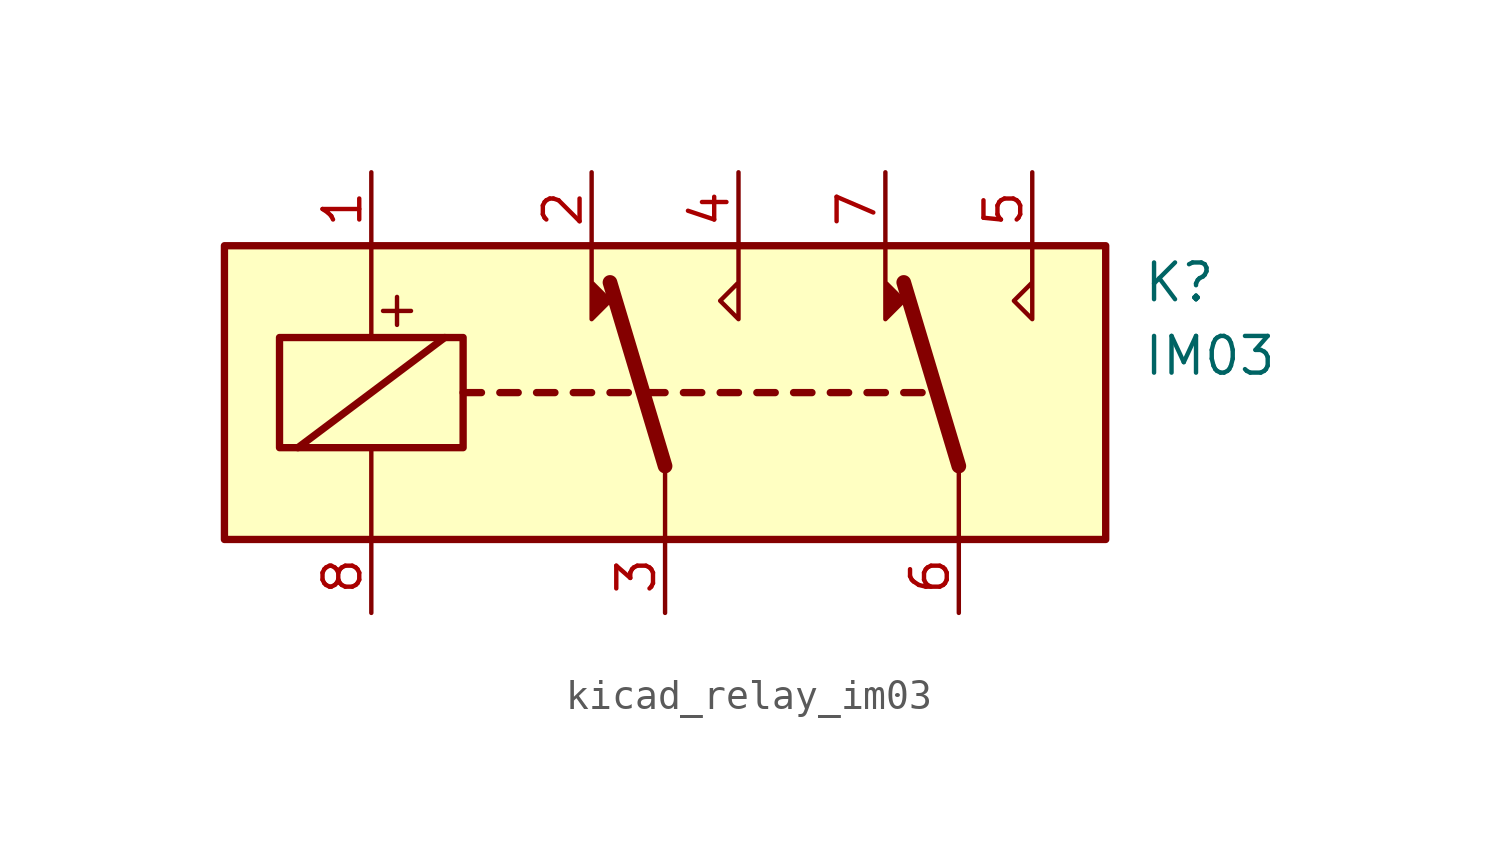
<source format=kicad_sym>
(kicad_symbol_lib
  (version 20220914)
  (generator kicad_symbol_editor)
  (symbol "kicad_relay_im03"
    (property "Reference" "K"
      (at 16.51 3.81 0)
      (effects (font (size 1.27 1.27)) (justify left)))
    (property "Value" "IM03"
      (at 16.51 1.27 0)
      (effects (font (size 1.27 1.27)) (justify left)))
    (symbol "kicad_relay_im03_0_0"
      (text "+" (at -9.271 2.921 0) (effects (font (size 1.27 1.27)))))
    (symbol "kicad_relay_im03_0_1"
      (rectangle (start -15.24 5.08) (end 15.24 -5.08) (stroke (width 0.254) (type default)) (fill (type background)))
      (rectangle (start -13.335 1.905) (end -6.985 -1.905) (stroke (width 0.254) (type default)) (fill (type none)))
      (polyline (pts (xy -12.7 -1.905) (xy -7.62 1.905)) (stroke (width 0.254) (type default)) (fill (type none)))
      (polyline (pts (xy -10.16 -5.08) (xy -10.16 -1.905)) (stroke (width 0) (type default)) (fill (type none)))
      (polyline (pts (xy -10.16 5.08) (xy -10.16 1.905)) (stroke (width 0) (type default)) (fill (type none)))
      (polyline (pts (xy -6.985 0) (xy -6.35 0)) (stroke (width 0.254) (type default)) (fill (type none)))
      (polyline (pts (xy -5.715 0) (xy -5.08 0)) (stroke (width 0.254) (type default)) (fill (type none)))
      (polyline (pts (xy -4.445 0) (xy -3.81 0)) (stroke (width 0.254) (type default)) (fill (type none)))
      (polyline (pts (xy -3.175 0) (xy -2.54 0)) (stroke (width 0.254) (type default)) (fill (type none)))
      (polyline (pts (xy -1.905 0) (xy -1.27 0)) (stroke (width 0.254) (type default)) (fill (type none)))
      (polyline (pts (xy -0.635 0) (xy 0 0)) (stroke (width 0.254) (type default)) (fill (type none)))
      (polyline (pts (xy 0 -2.54) (xy -1.905 3.81)) (stroke (width 0.508) (type default)) (fill (type none)))
      (polyline (pts (xy 0 -2.54) (xy 0 -5.08)) (stroke (width 0) (type default)) (fill (type none)))
      (polyline (pts (xy 0.635 0) (xy 1.27 0)) (stroke (width 0.254) (type default)) (fill (type none)))
      (polyline (pts (xy 1.905 0) (xy 2.54 0)) (stroke (width 0.254) (type default)) (fill (type none)))
      (polyline (pts (xy 3.175 0) (xy 3.81 0)) (stroke (width 0.254) (type default)) (fill (type none)))
      (polyline (pts (xy 4.445 0) (xy 5.08 0)) (stroke (width 0.254) (type default)) (fill (type none)))
      (polyline (pts (xy 5.715 0) (xy 6.35 0)) (stroke (width 0.254) (type default)) (fill (type none)))
      (polyline (pts (xy 6.985 0) (xy 7.62 0)) (stroke (width 0.254) (type default)) (fill (type none)))
      (polyline (pts (xy 8.255 0) (xy 8.89 0)) (stroke (width 0.254) (type default)) (fill (type none)))
      (polyline (pts (xy 10.16 -2.54) (xy 8.255 3.81)) (stroke (width 0.508) (type default)) (fill (type none)))
      (polyline (pts (xy 10.16 -2.54) (xy 10.16 -5.08)) (stroke (width 0) (type default)) (fill (type none)))
      (polyline (pts (xy -2.54 5.08) (xy -2.54 2.54) (xy -1.905 3.175) (xy -2.54 3.81)) (stroke (width 0) (type default)) (fill (type outline)))
      (polyline (pts (xy 2.54 5.08) (xy 2.54 2.54) (xy 1.905 3.175) (xy 2.54 3.81)) (stroke (width 0) (type default)) (fill (type none)))
      (polyline (pts (xy 7.62 5.08) (xy 7.62 2.54) (xy 8.255 3.175) (xy 7.62 3.81)) (stroke (width 0) (type default)) (fill (type outline)))
      (polyline (pts (xy 12.7 5.08) (xy 12.7 2.54) (xy 12.065 3.175) (xy 12.7 3.81)) (stroke (width 0) (type default)) (fill (type none))))
    (symbol "kicad_relay_im03_1_1"
      (pin passive line (at -10.16 7.62 270) (length 2.54) (name "~" (effects (font (size 1.27 1.27)))) (number "1" (effects (font (size 1.27 1.27)))))
      (pin passive line (at -2.54 7.62 270) (length 2.54) (name "~" (effects (font (size 1.27 1.27)))) (number "2" (effects (font (size 1.27 1.27)))))
      (pin passive line (at 0 -7.62 90) (length 2.54) (name "~" (effects (font (size 1.27 1.27)))) (number "3" (effects (font (size 1.27 1.27)))))
      (pin passive line (at 2.54 7.62 270) (length 2.54) (name "~" (effects (font (size 1.27 1.27)))) (number "4" (effects (font (size 1.27 1.27)))))
      (pin passive line (at 12.7 7.62 270) (length 2.54) (name "~" (effects (font (size 1.27 1.27)))) (number "5" (effects (font (size 1.27 1.27)))))
      (pin passive line (at 10.16 -7.62 90) (length 2.54) (name "~" (effects (font (size 1.27 1.27)))) (number "6" (effects (font (size 1.27 1.27)))))
      (pin passive line (at 7.62 7.62 270) (length 2.54) (name "~" (effects (font (size 1.27 1.27)))) (number "7" (effects (font (size 1.27 1.27)))))
      (pin passive line (at -10.16 -7.62 90) (length 2.54) (name "~" (effects (font (size 1.27 1.27)))) (number "8" (effects (font (size 1.27 1.27))))))))
</source>
